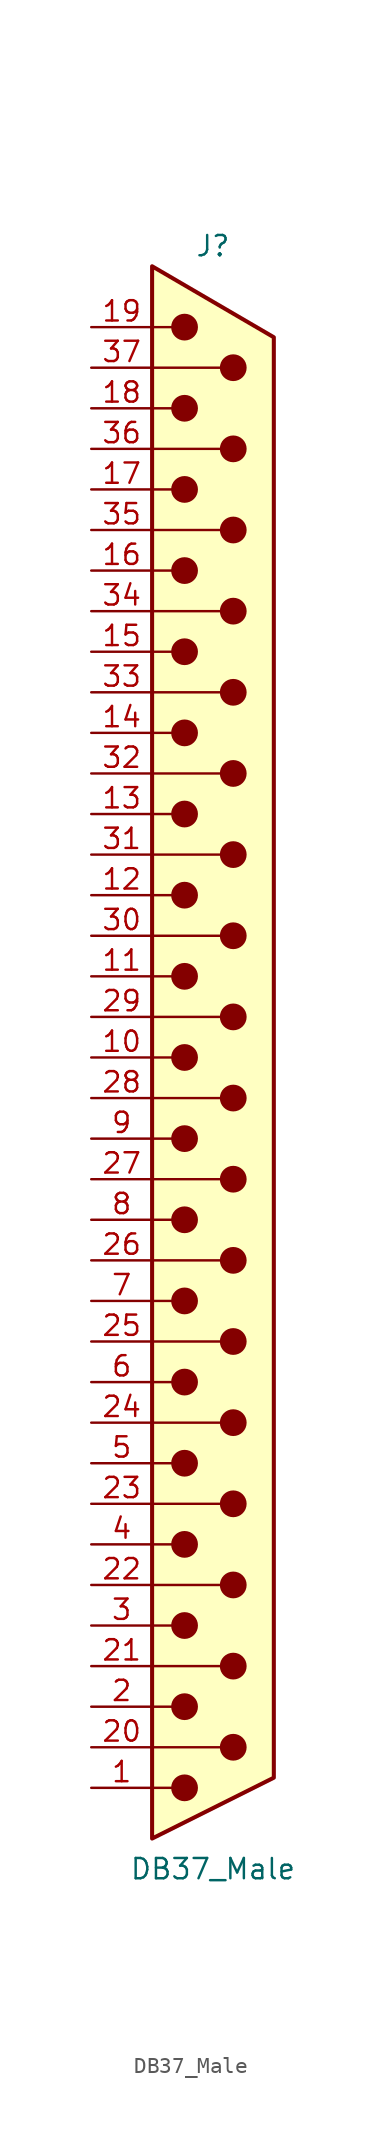
<source format=kicad_sym>
(kicad_symbol_lib
  (version 20201005)
  (generator kicad_symbol_editor)
  (symbol "Connector:DB37_Male"
    (pin_names
      (offset 1.016) hide)
    (property "Reference" "J"
      (at 0 50.8 0)
      (effects (font (size 1.27 1.27))))
    (property "Value" "DB37_Male"
      (at 0 -50.8 0)
      (effects (font (size 1.27 1.27))))
    (symbol "DB37_Male_0_1"
      (circle (center -1.778 -45.72) (radius 0.762) (stroke (width 0)) (fill (type outline)))
      (circle (center -1.778 -40.64) (radius 0.762) (stroke (width 0)) (fill (type outline)))
      (circle (center -1.778 -35.56) (radius 0.762) (stroke (width 0)) (fill (type outline)))
      (circle (center -1.778 -30.48) (radius 0.762) (stroke (width 0)) (fill (type outline)))
      (circle (center -1.778 -25.4) (radius 0.762) (stroke (width 0)) (fill (type outline)))
      (circle (center -1.778 -20.32) (radius 0.762) (stroke (width 0)) (fill (type outline)))
      (circle (center -1.778 -15.24) (radius 0.762) (stroke (width 0)) (fill (type outline)))
      (circle (center -1.778 -10.16) (radius 0.762) (stroke (width 0)) (fill (type outline)))
      (circle (center -1.778 -5.08) (radius 0.762) (stroke (width 0)) (fill (type outline)))
      (circle (center -1.778 0) (radius 0.762) (stroke (width 0)) (fill (type outline)))
      (circle (center -1.778 5.08) (radius 0.762) (stroke (width 0)) (fill (type outline)))
      (circle (center -1.778 10.16) (radius 0.762) (stroke (width 0)) (fill (type outline)))
      (circle (center -1.778 15.24) (radius 0.762) (stroke (width 0)) (fill (type outline)))
      (circle (center -1.778 20.32) (radius 0.762) (stroke (width 0)) (fill (type outline)))
      (circle (center -1.778 25.4) (radius 0.762) (stroke (width 0)) (fill (type outline)))
      (circle (center -1.778 30.48) (radius 0.762) (stroke (width 0)) (fill (type outline)))
      (circle (center -1.778 35.56) (radius 0.762) (stroke (width 0)) (fill (type outline)))
      (circle (center -1.778 40.64) (radius 0.762) (stroke (width 0)) (fill (type outline)))
      (circle (center -1.778 45.72) (radius 0.762) (stroke (width 0)) (fill (type outline)))
      (circle (center 1.27 -43.18) (radius 0.762) (stroke (width 0)) (fill (type outline)))
      (circle (center 1.27 -38.1) (radius 0.762) (stroke (width 0)) (fill (type outline)))
      (circle (center 1.27 -33.02) (radius 0.762) (stroke (width 0)) (fill (type outline)))
      (circle (center 1.27 -27.94) (radius 0.762) (stroke (width 0)) (fill (type outline)))
      (circle (center 1.27 -22.86) (radius 0.762) (stroke (width 0)) (fill (type outline)))
      (circle (center 1.27 -17.78) (radius 0.762) (stroke (width 0)) (fill (type outline)))
      (circle (center 1.27 -12.7) (radius 0.762) (stroke (width 0)) (fill (type outline)))
      (circle (center 1.27 -7.62) (radius 0.762) (stroke (width 0)) (fill (type outline)))
      (circle (center 1.27 -2.54) (radius 0.762) (stroke (width 0)) (fill (type outline)))
      (circle (center 1.27 2.54) (radius 0.762) (stroke (width 0)) (fill (type outline)))
      (circle (center 1.27 7.62) (radius 0.762) (stroke (width 0)) (fill (type outline)))
      (circle (center 1.27 12.7) (radius 0.762) (stroke (width 0)) (fill (type outline)))
      (circle (center 1.27 17.78) (radius 0.762) (stroke (width 0)) (fill (type outline)))
      (circle (center 1.27 22.86) (radius 0.762) (stroke (width 0)) (fill (type outline)))
      (circle (center 1.27 27.94) (radius 0.762) (stroke (width 0)) (fill (type outline)))
      (circle (center 1.27 33.02) (radius 0.762) (stroke (width 0)) (fill (type outline)))
      (circle (center 1.27 38.1) (radius 0.762) (stroke (width 0)) (fill (type outline)))
      (circle (center 1.27 43.18) (radius 0.762) (stroke (width 0)) (fill (type outline)))
      (polyline (pts (xy -3.81 -45.72) (xy -2.54 -45.72)) (stroke (width 0)) (fill (type none)))
      (polyline (pts (xy -3.81 -43.18) (xy 0.508 -43.18)) (stroke (width 0)) (fill (type none)))
      (polyline (pts (xy -3.81 -40.64) (xy -2.54 -40.64)) (stroke (width 0)) (fill (type none)))
      (polyline (pts (xy -3.81 -38.1) (xy 0.508 -38.1)) (stroke (width 0)) (fill (type none)))
      (polyline (pts (xy -3.81 -35.56) (xy -2.54 -35.56)) (stroke (width 0)) (fill (type none)))
      (polyline (pts (xy -3.81 -33.02) (xy 0.508 -33.02)) (stroke (width 0)) (fill (type none)))
      (polyline (pts (xy -3.81 -30.48) (xy -2.54 -30.48)) (stroke (width 0)) (fill (type none)))
      (polyline (pts (xy -3.81 -27.94) (xy 0.508 -27.94)) (stroke (width 0)) (fill (type none)))
      (polyline (pts (xy -3.81 -25.4) (xy -2.54 -25.4)) (stroke (width 0)) (fill (type none)))
      (polyline (pts (xy -3.81 -22.86) (xy 0.508 -22.86)) (stroke (width 0)) (fill (type none)))
      (polyline (pts (xy -3.81 -20.32) (xy -2.54 -20.32)) (stroke (width 0)) (fill (type none)))
      (polyline (pts (xy -3.81 -17.78) (xy 0.508 -17.78)) (stroke (width 0)) (fill (type none)))
      (polyline (pts (xy -3.81 -15.24) (xy -2.54 -15.24)) (stroke (width 0)) (fill (type none)))
      (polyline (pts (xy -3.81 -12.7) (xy 0.508 -12.7)) (stroke (width 0)) (fill (type none)))
      (polyline (pts (xy -3.81 -10.16) (xy -2.54 -10.16)) (stroke (width 0)) (fill (type none)))
      (polyline (pts (xy -3.81 -7.62) (xy 0.508 -7.62)) (stroke (width 0)) (fill (type none)))
      (polyline (pts (xy -3.81 -5.08) (xy -2.54 -5.08)) (stroke (width 0)) (fill (type none)))
      (polyline (pts (xy -3.81 -2.54) (xy 0.508 -2.54)) (stroke (width 0)) (fill (type none)))
      (polyline (pts (xy -3.81 0) (xy -2.54 0)) (stroke (width 0)) (fill (type none)))
      (polyline (pts (xy -3.81 2.54) (xy 0.508 2.54)) (stroke (width 0)) (fill (type none)))
      (polyline (pts (xy -3.81 5.08) (xy -2.54 5.08)) (stroke (width 0)) (fill (type none)))
      (polyline (pts (xy -3.81 7.62) (xy 0.508 7.62)) (stroke (width 0)) (fill (type none)))
      (polyline (pts (xy -3.81 10.16) (xy -2.54 10.16)) (stroke (width 0)) (fill (type none)))
      (polyline (pts (xy -3.81 12.7) (xy 0.508 12.7)) (stroke (width 0)) (fill (type none)))
      (polyline (pts (xy -3.81 15.24) (xy -2.54 15.24)) (stroke (width 0)) (fill (type none)))
      (polyline (pts (xy -3.81 17.78) (xy 0.508 17.78)) (stroke (width 0)) (fill (type none)))
      (polyline (pts (xy -3.81 20.32) (xy -2.54 20.32)) (stroke (width 0)) (fill (type none)))
      (polyline (pts (xy -3.81 22.86) (xy 0.508 22.86)) (stroke (width 0)) (fill (type none)))
      (polyline (pts (xy -3.81 25.4) (xy -2.54 25.4)) (stroke (width 0)) (fill (type none)))
      (polyline (pts (xy -3.81 27.94) (xy 0.508 27.94)) (stroke (width 0)) (fill (type none)))
      (polyline (pts (xy -3.81 30.48) (xy -2.54 30.48)) (stroke (width 0)) (fill (type none)))
      (polyline (pts (xy -3.81 33.02) (xy 0.508 33.02)) (stroke (width 0)) (fill (type none)))
      (polyline (pts (xy -3.81 35.56) (xy -2.54 35.56)) (stroke (width 0)) (fill (type none)))
      (polyline (pts (xy -3.81 38.1) (xy 0.508 38.1)) (stroke (width 0)) (fill (type none)))
      (polyline (pts (xy -3.81 40.64) (xy -2.54 40.64)) (stroke (width 0)) (fill (type none)))
      (polyline (pts (xy -3.81 43.18) (xy 0.508 43.18)) (stroke (width 0)) (fill (type none)))
      (polyline (pts (xy -3.81 45.72) (xy -2.54 45.72)) (stroke (width 0)) (fill (type none)))
      (polyline (pts (xy -3.81 49.53) (xy 3.81 45.085) (xy 3.81 -45.085) (xy -3.81 -48.895) (xy -3.81 49.53)) (stroke (width 0.254)) (fill (type background))))
    (symbol "DB37_Male_1_1"
      (pin passive line (at -7.62 -45.72 0) (length 3.81) (name "1" (effects (font (size 1.27 1.27)))) (number "1" (effects (font (size 1.27 1.27)))))
      (pin passive line (at -7.62 0 0) (length 3.81) (name "10" (effects (font (size 1.27 1.27)))) (number "10" (effects (font (size 1.27 1.27)))))
      (pin passive line (at -7.62 5.08 0) (length 3.81) (name "11" (effects (font (size 1.27 1.27)))) (number "11" (effects (font (size 1.27 1.27)))))
      (pin passive line (at -7.62 10.16 0) (length 3.81) (name "12" (effects (font (size 1.27 1.27)))) (number "12" (effects (font (size 1.27 1.27)))))
      (pin passive line (at -7.62 15.24 0) (length 3.81) (name "13" (effects (font (size 1.27 1.27)))) (number "13" (effects (font (size 1.27 1.27)))))
      (pin passive line (at -7.62 20.32 0) (length 3.81) (name "14" (effects (font (size 1.27 1.27)))) (number "14" (effects (font (size 1.27 1.27)))))
      (pin passive line (at -7.62 25.4 0) (length 3.81) (name "15" (effects (font (size 1.27 1.27)))) (number "15" (effects (font (size 1.27 1.27)))))
      (pin passive line (at -7.62 30.48 0) (length 3.81) (name "16" (effects (font (size 1.27 1.27)))) (number "16" (effects (font (size 1.27 1.27)))))
      (pin passive line (at -7.62 35.56 0) (length 3.81) (name "17" (effects (font (size 1.27 1.27)))) (number "17" (effects (font (size 1.27 1.27)))))
      (pin passive line (at -7.62 40.64 0) (length 3.81) (name "18" (effects (font (size 1.27 1.27)))) (number "18" (effects (font (size 1.27 1.27)))))
      (pin passive line (at -7.62 45.72 0) (length 3.81) (name "19" (effects (font (size 1.27 1.27)))) (number "19" (effects (font (size 1.27 1.27)))))
      (pin passive line (at -7.62 -40.64 0) (length 3.81) (name "2" (effects (font (size 1.27 1.27)))) (number "2" (effects (font (size 1.27 1.27)))))
      (pin passive line (at -7.62 -43.18 0) (length 3.81) (name "20" (effects (font (size 1.27 1.27)))) (number "20" (effects (font (size 1.27 1.27)))))
      (pin passive line (at -7.62 -38.1 0) (length 3.81) (name "21" (effects (font (size 1.27 1.27)))) (number "21" (effects (font (size 1.27 1.27)))))
      (pin passive line (at -7.62 -33.02 0) (length 3.81) (name "22" (effects (font (size 1.27 1.27)))) (number "22" (effects (font (size 1.27 1.27)))))
      (pin passive line (at -7.62 -27.94 0) (length 3.81) (name "23" (effects (font (size 1.27 1.27)))) (number "23" (effects (font (size 1.27 1.27)))))
      (pin passive line (at -7.62 -22.86 0) (length 3.81) (name "24" (effects (font (size 1.27 1.27)))) (number "24" (effects (font (size 1.27 1.27)))))
      (pin passive line (at -7.62 -17.78 0) (length 3.81) (name "25" (effects (font (size 1.27 1.27)))) (number "25" (effects (font (size 1.27 1.27)))))
      (pin passive line (at -7.62 -12.7 0) (length 3.81) (name "26" (effects (font (size 1.27 1.27)))) (number "26" (effects (font (size 1.27 1.27)))))
      (pin passive line (at -7.62 -7.62 0) (length 3.81) (name "27" (effects (font (size 1.27 1.27)))) (number "27" (effects (font (size 1.27 1.27)))))
      (pin passive line (at -7.62 -2.54 0) (length 3.81) (name "28" (effects (font (size 1.27 1.27)))) (number "28" (effects (font (size 1.27 1.27)))))
      (pin passive line (at -7.62 2.54 0) (length 3.81) (name "29" (effects (font (size 1.27 1.27)))) (number "29" (effects (font (size 1.27 1.27)))))
      (pin passive line (at -7.62 -35.56 0) (length 3.81) (name "3" (effects (font (size 1.27 1.27)))) (number "3" (effects (font (size 1.27 1.27)))))
      (pin passive line (at -7.62 7.62 0) (length 3.81) (name "30" (effects (font (size 1.27 1.27)))) (number "30" (effects (font (size 1.27 1.27)))))
      (pin passive line (at -7.62 12.7 0) (length 3.81) (name "31" (effects (font (size 1.27 1.27)))) (number "31" (effects (font (size 1.27 1.27)))))
      (pin passive line (at -7.62 17.78 0) (length 3.81) (name "32" (effects (font (size 1.27 1.27)))) (number "32" (effects (font (size 1.27 1.27)))))
      (pin passive line (at -7.62 22.86 0) (length 3.81) (name "33" (effects (font (size 1.27 1.27)))) (number "33" (effects (font (size 1.27 1.27)))))
      (pin passive line (at -7.62 27.94 0) (length 3.81) (name "34" (effects (font (size 1.27 1.27)))) (number "34" (effects (font (size 1.27 1.27)))))
      (pin passive line (at -7.62 33.02 0) (length 3.81) (name "35" (effects (font (size 1.27 1.27)))) (number "35" (effects (font (size 1.27 1.27)))))
      (pin passive line (at -7.62 38.1 0) (length 3.81) (name "36" (effects (font (size 1.27 1.27)))) (number "36" (effects (font (size 1.27 1.27)))))
      (pin passive line (at -7.62 43.18 0) (length 3.81) (name "37" (effects (font (size 1.27 1.27)))) (number "37" (effects (font (size 1.27 1.27)))))
      (pin passive line (at -7.62 -30.48 0) (length 3.81) (name "4" (effects (font (size 1.27 1.27)))) (number "4" (effects (font (size 1.27 1.27)))))
      (pin passive line (at -7.62 -25.4 0) (length 3.81) (name "5" (effects (font (size 1.27 1.27)))) (number "5" (effects (font (size 1.27 1.27)))))
      (pin passive line (at -7.62 -20.32 0) (length 3.81) (name "6" (effects (font (size 1.27 1.27)))) (number "6" (effects (font (size 1.27 1.27)))))
      (pin passive line (at -7.62 -15.24 0) (length 3.81) (name "7" (effects (font (size 1.27 1.27)))) (number "7" (effects (font (size 1.27 1.27)))))
      (pin passive line (at -7.62 -10.16 0) (length 3.81) (name "8" (effects (font (size 1.27 1.27)))) (number "8" (effects (font (size 1.27 1.27)))))
      (pin passive line (at -7.62 -5.08 0) (length 3.81) (name "9" (effects (font (size 1.27 1.27)))) (number "9" (effects (font (size 1.27 1.27))))))))
</source>
